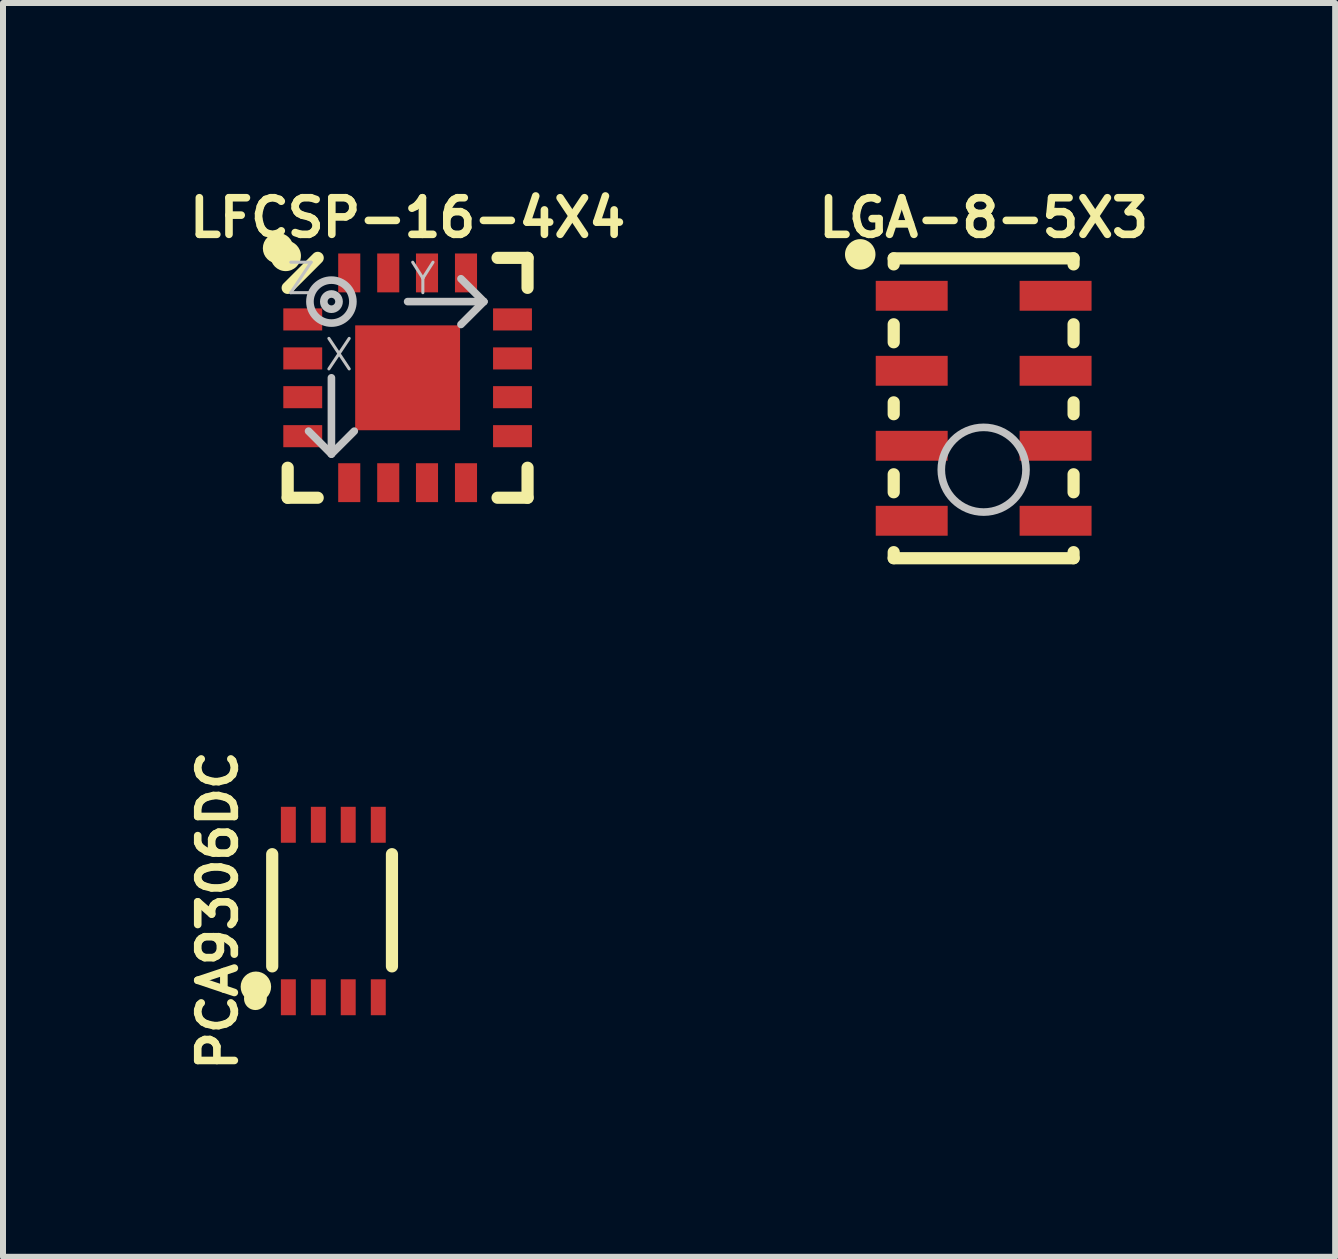
<source format=kicad_pcb>
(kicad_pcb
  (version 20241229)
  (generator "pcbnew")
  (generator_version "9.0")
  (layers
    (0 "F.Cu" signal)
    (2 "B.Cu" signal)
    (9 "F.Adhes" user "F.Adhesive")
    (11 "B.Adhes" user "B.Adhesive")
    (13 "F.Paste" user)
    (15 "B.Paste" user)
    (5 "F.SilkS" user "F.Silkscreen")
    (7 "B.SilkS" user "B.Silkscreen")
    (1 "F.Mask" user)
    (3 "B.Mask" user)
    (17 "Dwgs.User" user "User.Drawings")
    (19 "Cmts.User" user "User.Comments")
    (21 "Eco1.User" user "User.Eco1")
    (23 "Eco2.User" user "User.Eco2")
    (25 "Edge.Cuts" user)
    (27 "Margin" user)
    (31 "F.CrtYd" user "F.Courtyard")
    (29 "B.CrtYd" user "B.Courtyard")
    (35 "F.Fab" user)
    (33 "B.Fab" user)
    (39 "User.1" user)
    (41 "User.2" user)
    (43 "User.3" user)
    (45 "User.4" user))
  (footprint "PCA9306DC"
    (layer "F.Cu")
    (at 2.485 12.127)
    (property "Reference" "PCA9306DC" (at -1.905 0 90) (layer "F.SilkS") (effects (font (size 0.61 0.61) (thickness 0.127))))
    (attr smd)
    (fp_line (start -0.998 -0.94) (end -0.998 0.93) (stroke (width 0.203) (type solid)) (layer "F.SilkS"))
    (fp_line (start 0.998 0.93) (end 0.998 -0.94) (stroke (width 0.203) (type solid)) (layer "F.SilkS"))
    (fp_circle (center -1.278 1.468) (end -1.278 1.278) (stroke (width 0) (type solid)) (fill yes) (layer "F.SilkS"))
    (fp_circle (center -1.27 1.27) (end -1.143 1.27) (stroke (width 0.254) (type solid)) (fill no) (layer "F.SilkS"))
    (pad "1" smd rect (at -0.729 1.445) (size 0.249 0.599) (layers "F.Cu" "F.Mask" "F.Paste"))
    (pad "2" smd rect (at -0.229 1.445) (size 0.249 0.599) (layers "F.Cu" "F.Mask" "F.Paste"))
    (pad "3" smd rect (at 0.269 1.445) (size 0.249 0.599) (layers "F.Cu" "F.Mask" "F.Paste"))
    (pad "4" smd rect (at 0.77 1.445) (size 0.249 0.599) (layers "F.Cu" "F.Mask" "F.Paste"))
    (pad "5" smd rect (at 0.77 -1.43) (size 0.249 0.599) (layers "F.Cu" "F.Mask" "F.Paste"))
    (pad "6" smd rect (at 0.269 -1.43) (size 0.249 0.599) (layers "F.Cu" "F.Mask" "F.Paste"))
    (pad "7" smd rect (at -0.229 -1.43) (size 0.249 0.599) (layers "F.Cu" "F.Mask" "F.Paste"))
    (pad "8" smd rect (at -0.729 -1.43) (size 0.249 0.599) (layers "F.Cu" "F.Mask" "F.Paste")))
  (footprint "LGA-8-5X3"
    (layer "F.Cu")
    (at 13.345 3.755)
    (property "Reference" "LGA-8-5X3" (at 0 -3.175 0) (layer "F.SilkS") (effects (font (size 0.61 0.61) (thickness 0.127))))
    (attr smd)
    (fp_line (start -1.499 -2.499) (end -1.499 -2.398) (stroke (width 0.203) (type solid)) (layer "F.SilkS"))
    (fp_line (start -1.499 -1.1) (end -1.499 -1.4) (stroke (width 0.203) (type solid)) (layer "F.SilkS"))
    (fp_line (start -1.499 0.099) (end -1.499 -0.099) (stroke (width 0.203) (type solid)) (layer "F.SilkS"))
    (fp_line (start -1.499 1.4) (end -1.499 1.1) (stroke (width 0.203) (type solid)) (layer "F.SilkS"))
    (fp_line (start -1.499 2.398) (end -1.499 2.499) (stroke (width 0.203) (type solid)) (layer "F.SilkS"))
    (fp_line (start -1.499 2.499) (end 1.499 2.499) (stroke (width 0.203) (type solid)) (layer "F.SilkS"))
    (fp_line (start 1.499 -2.499) (end -1.499 -2.499) (stroke (width 0.203) (type solid)) (layer "F.SilkS"))
    (fp_line (start 1.499 -2.499) (end 1.499 -2.398) (stroke (width 0.203) (type solid)) (layer "F.SilkS"))
    (fp_line (start 1.499 -1.1) (end 1.499 -1.4) (stroke (width 0.203) (type solid)) (layer "F.SilkS"))
    (fp_line (start 1.499 0.099) (end 1.499 -0.099) (stroke (width 0.203) (type solid)) (layer "F.SilkS"))
    (fp_line (start 1.499 1.4) (end 1.499 1.1) (stroke (width 0.203) (type solid)) (layer "F.SilkS"))
    (fp_line (start 1.499 2.398) (end 1.499 2.499) (stroke (width 0.203) (type solid)) (layer "F.SilkS"))
    (fp_circle (center -2.057 -2.565) (end -2.057 -2.819) (stroke (width 0) (type solid)) (fill yes) (layer "F.SilkS"))
    (fp_circle (center 0 1.024) (end 0 0.318) (stroke (width 0.127) (type solid)) (fill no) (layer "Dwgs.User"))
    (pad "1" smd rect (at -1.199 -1.875) (size 1.199 0.498) (layers "F.Cu" "F.Mask" "F.Paste"))
    (pad "2" smd rect (at -1.199 -0.625) (size 1.199 0.498) (layers "F.Cu" "F.Mask" "F.Paste"))
    (pad "3" smd rect (at -1.199 0.625) (size 1.199 0.498) (layers "F.Cu" "F.Mask" "F.Paste"))
    (pad "4" smd rect (at -1.199 1.875) (size 1.199 0.498) (layers "F.Cu" "F.Mask" "F.Paste"))
    (pad "5" smd rect (at 1.199 1.875) (size 1.199 0.498) (layers "F.Cu" "F.Mask" "F.Paste"))
    (pad "6" smd rect (at 1.199 0.625) (size 1.199 0.498) (layers "F.Cu" "F.Mask" "F.Paste"))
    (pad "7" smd rect (at 1.199 -0.625) (size 1.199 0.498) (layers "F.Cu" "F.Mask" "F.Paste"))
    (pad "8" smd rect (at 1.199 -1.875) (size 1.199 0.498) (layers "F.Cu" "F.Mask" "F.Paste")))
  (footprint "LFCSP-16-4X4"
    (layer "F.Cu")
    (at 3.744 3.247)
    (property "Reference" "LFCSP-16-4X4" (at 0 -2.667 0) (layer "F.SilkS") (effects (font (size 0.61 0.61) (thickness 0.127))))
    (attr smd)
    (fp_line (start -1.999 1.999) (end -1.999 1.499) (stroke (width 0.203) (type solid)) (layer "F.SilkS"))
    (fp_line (start -1.499 -1.999) (end -1.999 -1.499) (stroke (width 0.203) (type solid)) (layer "F.SilkS"))
    (fp_line (start -1.499 1.999) (end -1.999 1.999) (stroke (width 0.203) (type solid)) (layer "F.SilkS"))
    (fp_line (start 1.499 -1.999) (end 1.999 -1.999) (stroke (width 0.203) (type solid)) (layer "F.SilkS"))
    (fp_line (start 1.999 -1.999) (end 1.999 -1.499) (stroke (width 0.203) (type solid)) (layer "F.SilkS"))
    (fp_line (start 1.999 1.499) (end 1.999 1.999) (stroke (width 0.203) (type solid)) (layer "F.SilkS"))
    (fp_line (start 1.999 1.999) (end 1.499 1.999) (stroke (width 0.203) (type solid)) (layer "F.SilkS"))
    (fp_circle (center -2.159 -2.159) (end -2.032 -2.159) (stroke (width 0.254) (type solid)) (fill no) (layer "F.SilkS"))
    (fp_circle (center -2.032 -2.032) (end -2.032 -2.286) (stroke (width 0) (type solid)) (fill yes) (layer "F.SilkS"))
    (fp_line (start -0.254 -0.254) (end 0.254 -0.254) (stroke (width 0.254) (type solid)) (layer "F.Paste"))
    (fp_line (start -0.254 0) (end 0.254 0) (stroke (width 0.254) (type solid)) (layer "F.Paste"))
    (fp_line (start -0.254 0.254) (end -0.254 -0.254) (stroke (width 0.254) (type solid)) (layer "F.Paste"))
    (fp_line (start 0.254 -0.254) (end 0.254 0.254) (stroke (width 0.254) (type solid)) (layer "F.Paste"))
    (fp_line (start 0.254 0.254) (end -0.254 0.254) (stroke (width 0.254) (type solid)) (layer "F.Paste"))
    (fp_line (start -1.27 0) (end -1.27 1.27) (stroke (width 0.127) (type solid)) (layer "Dwgs.User"))
    (fp_line (start -1.27 1.27) (end -1.651 0.889) (stroke (width 0.127) (type solid)) (layer "Dwgs.User"))
    (fp_line (start -1.27 1.27) (end -0.889 0.889) (stroke (width 0.127) (type solid)) (layer "Dwgs.User"))
    (fp_line (start 0 -1.27) (end 1.27 -1.27) (stroke (width 0.127) (type solid)) (layer "Dwgs.User"))
    (fp_line (start 1.27 -1.27) (end 0.889 -1.651) (stroke (width 0.127) (type solid)) (layer "Dwgs.User"))
    (fp_line (start 1.27 -1.27) (end 0.889 -0.889) (stroke (width 0.127) (type solid)) (layer "Dwgs.User"))
    (fp_circle (center -1.27 -1.27) (end -1.27 -1.628) (stroke (width 0.127) (type solid)) (fill no) (layer "Dwgs.User"))
    (fp_circle (center -1.27 -1.27) (end -1.27 -1.397) (stroke (width 0.127) (type solid)) (fill no) (layer "Dwgs.User"))
    (fp_text user "Z" (at -1.778 -1.651 0) (layer "Dwgs.User") (effects (font (size 0.508 0.508) (thickness 0.051))))
    (fp_text user "Y" (at 0.254 -1.651 0) (layer "Dwgs.User") (effects (font (size 0.508 0.508) (thickness 0.051))))
    (fp_text user "X" (at -1.143 -0.381 0) (layer "Dwgs.User") (effects (font (size 0.508 0.508) (thickness 0.051))))
    (pad "0" smd rect (at 0 0 180) (size 1.748 1.748) (layers "F.Cu" "F.Mask"))
    (pad "1" smd rect (at -1.748 -0.973 270) (size 0.368 0.648) (layers "F.Cu" "F.Mask" "F.Paste"))
    (pad "2" smd rect (at -1.748 -0.323 270) (size 0.368 0.648) (layers "F.Cu" "F.Mask" "F.Paste"))
    (pad "3" smd rect (at -1.748 0.323 270) (size 0.368 0.648) (layers "F.Cu" "F.Mask" "F.Paste"))
    (pad "4" smd rect (at -1.748 0.973 270) (size 0.368 0.648) (layers "F.Cu" "F.Mask" "F.Paste"))
    (pad "5" smd rect (at -0.973 1.748 180) (size 0.368 0.648) (layers "F.Cu" "F.Mask" "F.Paste"))
    (pad "6" smd rect (at -0.323 1.748 180) (size 0.368 0.648) (layers "F.Cu" "F.Mask" "F.Paste"))
    (pad "7" smd rect (at 0.323 1.748 180) (size 0.368 0.648) (layers "F.Cu" "F.Mask" "F.Paste"))
    (pad "8" smd rect (at 0.973 1.748 180) (size 0.368 0.648) (layers "F.Cu" "F.Mask" "F.Paste"))
    (pad "9" smd rect (at 1.748 0.973 90) (size 0.368 0.648) (layers "F.Cu" "F.Mask" "F.Paste"))
    (pad "10" smd rect (at 1.748 0.323 90) (size 0.368 0.648) (layers "F.Cu" "F.Mask" "F.Paste"))
    (pad "11" smd rect (at 1.748 -0.323 90) (size 0.368 0.648) (layers "F.Cu" "F.Mask" "F.Paste"))
    (pad "12" smd rect (at 1.748 -0.973 90) (size 0.368 0.648) (layers "F.Cu" "F.Mask" "F.Paste"))
    (pad "13" smd rect (at 0.973 -1.748) (size 0.368 0.648) (layers "F.Cu" "F.Mask" "F.Paste"))
    (pad "14" smd rect (at 0.323 -1.748) (size 0.368 0.648) (layers "F.Cu" "F.Mask" "F.Paste"))
    (pad "15" smd rect (at -0.323 -1.748) (size 0.368 0.648) (layers "F.Cu" "F.Mask" "F.Paste"))
    (pad "16" smd rect (at -0.973 -1.748) (size 0.368 0.648) (layers "F.Cu" "F.Mask" "F.Paste")))
  (gr_rect
    (start -3 -3)
    (end 19.204 17.898)
    (stroke (width 0.1) (type default))
    (fill no)
    (layer "Edge.Cuts")))
</source>
